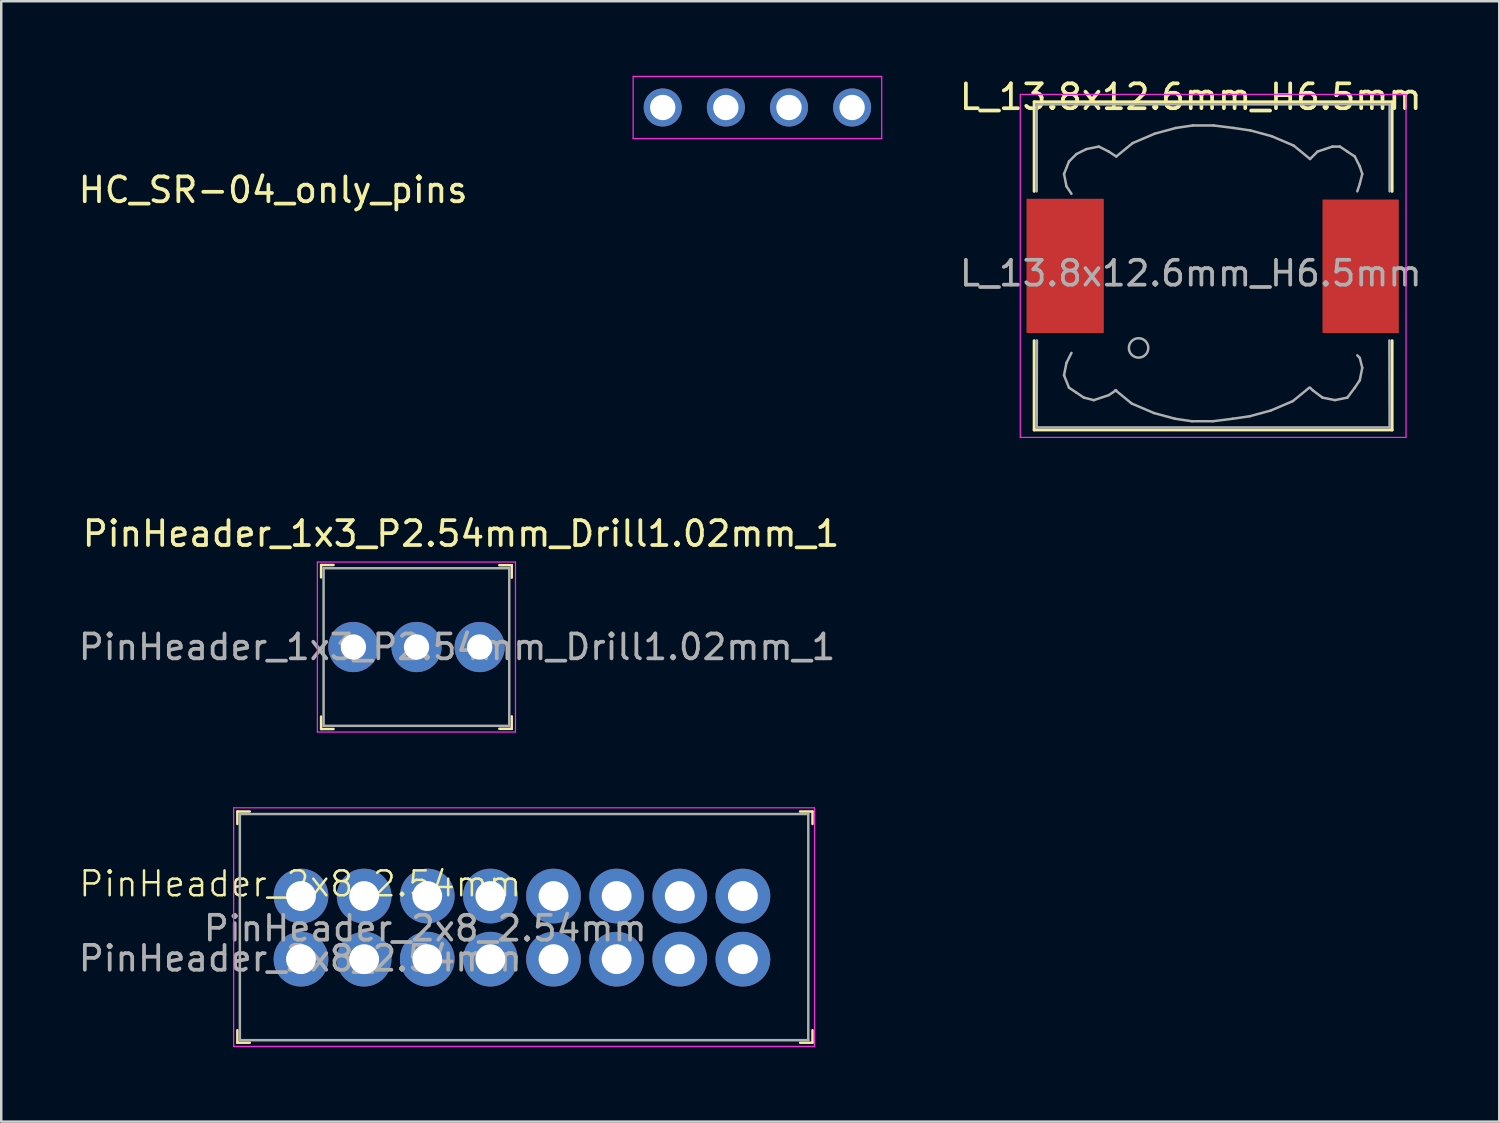
<source format=kicad_pcb>
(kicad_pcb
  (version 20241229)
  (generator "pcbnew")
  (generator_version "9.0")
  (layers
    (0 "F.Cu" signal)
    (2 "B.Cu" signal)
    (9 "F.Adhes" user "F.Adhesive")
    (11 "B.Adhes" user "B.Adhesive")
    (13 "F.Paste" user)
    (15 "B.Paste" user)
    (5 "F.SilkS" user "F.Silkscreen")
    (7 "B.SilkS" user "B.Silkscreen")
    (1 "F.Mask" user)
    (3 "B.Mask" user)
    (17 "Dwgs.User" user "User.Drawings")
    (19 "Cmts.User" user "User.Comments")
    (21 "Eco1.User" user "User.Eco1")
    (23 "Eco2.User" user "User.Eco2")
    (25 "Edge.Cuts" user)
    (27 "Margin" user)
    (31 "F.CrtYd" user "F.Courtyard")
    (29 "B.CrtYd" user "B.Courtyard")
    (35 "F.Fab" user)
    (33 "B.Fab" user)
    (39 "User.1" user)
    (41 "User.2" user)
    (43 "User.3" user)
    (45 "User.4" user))
  (footprint "HC_SR-04_only_pins"
    (layer "F.Cu")
    (at 27.424 1.275)
    (property "Reference" "HC_SR-04_only_pins" (at -19.485 3.317 0) (layer "F.SilkS") (effects (font (size 1.001 1.001) (thickness 0.15))))
    (attr through_hole)
    (fp_line (start -5 -1.25) (end -5 1.25) (stroke (width 0.05) (type solid)) (layer "F.CrtYd"))
    (fp_line (start 5 -1.25) (end -5 -1.25) (stroke (width 0.05) (type solid)) (layer "F.CrtYd"))
    (fp_line (start 5 1.25) (end -5 1.25) (stroke (width 0.05) (type solid)) (layer "F.CrtYd"))
    (fp_line (start 5 1.25) (end 5 -1.25) (stroke (width 0.05) (type solid)) (layer "F.CrtYd"))
    (pad "1" thru_hole circle (at -3.81 0) (size 1.53 1.53) (drill 1.02) (layers "*.Cu" "*.Mask"))
    (pad "2" thru_hole circle (at -1.27 0) (size 1.53 1.53) (drill 1.02) (layers "*.Cu" "*.Mask"))
    (pad "3" thru_hole circle (at 1.27 0) (size 1.53 1.53) (drill 1.02) (layers "*.Cu" "*.Mask"))
    (pad "4" thru_hole circle (at 3.81 0) (size 1.53 1.53) (drill 1.02) (layers "*.Cu" "*.Mask")))
  (footprint "PinHeader_1x3_P2.54mm_Drill1.02mm_1"
    (layer "F.Cu")
    (at 11.169 22.982)
    (property "Reference" "PinHeader_1x3_P2.54mm_Drill1.02mm_1" (at 4.33 -4.56 0) (layer "F.SilkS") (effects (font (size 1 1) (thickness 0.15))))
    (attr through_hole)
    (fp_line (start -1.3 -3.3) (end -1.3 -2.8) (stroke (width 0.1) (type solid)) (layer "F.SilkS"))
    (fp_line (start -1.3 -3.3) (end -0.8 -3.3) (stroke (width 0.1) (type solid)) (layer "F.SilkS"))
    (fp_line (start -1.3 3.3) (end -1.3 2.8) (stroke (width 0.1) (type solid)) (layer "F.SilkS"))
    (fp_line (start -1.3 3.3) (end -0.8 3.3) (stroke (width 0.1) (type solid)) (layer "F.SilkS"))
    (fp_line (start 6.37 -3.29) (end 5.87 -3.29) (stroke (width 0.1) (type solid)) (layer "F.SilkS"))
    (fp_line (start 6.37 -3.29) (end 6.37 -2.79) (stroke (width 0.1) (type solid)) (layer "F.SilkS"))
    (fp_line (start 6.37 3.29) (end 5.87 3.29) (stroke (width 0.1) (type solid)) (layer "F.SilkS"))
    (fp_line (start 6.37 3.29) (end 6.37 2.79) (stroke (width 0.1) (type solid)) (layer "F.SilkS"))
    (fp_line (start -1.45 -3.42) (end -1.45 3.42) (stroke (width 0.05) (type solid)) (layer "F.CrtYd"))
    (fp_line (start 6.52 -3.42) (end -1.45 -3.42) (stroke (width 0.05) (type solid)) (layer "F.CrtYd"))
    (fp_line (start 6.52 -3.42) (end 6.52 3.42) (stroke (width 0.05) (type solid)) (layer "F.CrtYd"))
    (fp_line (start 6.52 3.42) (end -1.45 3.42) (stroke (width 0.05) (type solid)) (layer "F.CrtYd"))
    (fp_line (start -1.2 -3.17) (end -1.2 3.17) (stroke (width 0.1) (type solid)) (layer "F.Fab"))
    (fp_line (start -1.2 -3.17) (end 6.27 -3.17) (stroke (width 0.1) (type solid)) (layer "F.Fab"))
    (fp_line (start -1.2 3.17) (end 6.27 3.17) (stroke (width 0.1) (type solid)) (layer "F.Fab"))
    (fp_line (start 6.27 -3.17) (end 6.27 3.17) (stroke (width 0.1) (type solid)) (layer "F.Fab"))
    (fp_text user "${REFERENCE}" (at 4.17 0 0) (layer "F.Fab") (effects (font (size 1 1) (thickness 0.15))))
    (pad "1" thru_hole circle (at 0 0) (size 2.02 2.02) (drill 1.02) (layers "*.Cu" "*.Mask"))
    (pad "2" thru_hole circle (at 2.54 0) (size 2.02 2.02) (drill 1.02) (layers "*.Cu" "*.Mask"))
    (pad "3" thru_hole circle (at 5.08 0) (size 2.02 2.02) (drill 1.02) (layers "*.Cu" "*.Mask")))
  (footprint "L_13.8x12.6mm_H6.5mm"
    (layer "F.Cu")
    (at 45.759 7.648)
    (property "Reference" "L_13.8x12.6mm_H6.5mm" (at -0.9 -6.8 0) (layer "F.SilkS") (effects (font (size 1 1) (thickness 0.15))))
    (attr smd)
    (fp_line (start -7.2 -6.6) (end 7.2 -6.6) (stroke (width 0.12) (type solid)) (layer "F.SilkS"))
    (fp_line (start -7.2 -3) (end -7.2 -6.6) (stroke (width 0.12) (type solid)) (layer "F.SilkS"))
    (fp_line (start -7.2 6.6) (end -7.2 3.01) (stroke (width 0.12) (type solid)) (layer "F.SilkS"))
    (fp_line (start 7.2 -6.6) (end 7.2 -3) (stroke (width 0.12) (type solid)) (layer "F.SilkS"))
    (fp_line (start 7.2 6.6) (end -7.2 6.6) (stroke (width 0.12) (type solid)) (layer "F.SilkS"))
    (fp_line (start 7.2 6.6) (end 7.2 3.01) (stroke (width 0.12) (type solid)) (layer "F.SilkS"))
    (fp_line (start -7.76 -6.9) (end 7.75 -6.9) (stroke (width 0.05) (type solid)) (layer "F.CrtYd"))
    (fp_line (start -7.76 6.9) (end -7.76 -6.9) (stroke (width 0.05) (type solid)) (layer "F.CrtYd"))
    (fp_line (start 7.76 -6.9) (end 7.76 6.9) (stroke (width 0.05) (type solid)) (layer "F.CrtYd"))
    (fp_line (start 7.76 6.9) (end -7.76 6.9) (stroke (width 0.05) (type solid)) (layer "F.CrtYd"))
    (fp_line (start -7.1 -6.5) (end -7.1 -3) (stroke (width 0.1) (type solid)) (layer "F.Fab"))
    (fp_line (start -7.1 6.5) (end 7.1 6.5) (stroke (width 0.1) (type solid)) (layer "F.Fab"))
    (fp_line (start -7.09 3) (end -7.1 6.5) (stroke (width 0.1) (type solid)) (layer "F.Fab"))
    (fp_line (start -6 -3.7) (end -5.9 -3.2) (stroke (width 0.1) (type solid)) (layer "F.Fab"))
    (fp_line (start -6 4.4) (end -5.9 3.9) (stroke (width 0.1) (type solid)) (layer "F.Fab"))
    (fp_line (start -5.9 -3.2) (end -5.7 -2.9) (stroke (width 0.1) (type solid)) (layer "F.Fab"))
    (fp_line (start -5.9 3.9) (end -5.7 3.5) (stroke (width 0.1) (type solid)) (layer "F.Fab"))
    (fp_line (start -5.8 -4.2) (end -6 -3.7) (stroke (width 0.1) (type solid)) (layer "F.Fab"))
    (fp_line (start -5.8 4.9) (end -6 4.4) (stroke (width 0.1) (type solid)) (layer "F.Fab"))
    (fp_line (start -5.5 -4.5) (end -5.8 -4.2) (stroke (width 0.1) (type solid)) (layer "F.Fab"))
    (fp_line (start -5.5 5.1) (end -5.8 4.9) (stroke (width 0.1) (type solid)) (layer "F.Fab"))
    (fp_line (start -5.2 5.3) (end -5.5 5.1) (stroke (width 0.1) (type solid)) (layer "F.Fab"))
    (fp_line (start -5.1 -4.7) (end -5.5 -4.5) (stroke (width 0.1) (type solid)) (layer "F.Fab"))
    (fp_line (start -4.8 5.4) (end -5.2 5.3) (stroke (width 0.1) (type solid)) (layer "F.Fab"))
    (fp_line (start -4.6 -4.8) (end -5.1 -4.7) (stroke (width 0.1) (type solid)) (layer "F.Fab"))
    (fp_line (start -4.2 -4.6) (end -4.6 -4.8) (stroke (width 0.1) (type solid)) (layer "F.Fab"))
    (fp_line (start -4.2 5.2) (end -4.8 5.4) (stroke (width 0.1) (type solid)) (layer "F.Fab"))
    (fp_line (start -3.933 5) (end -3.273 5.54) (stroke (width 0.1) (type default)) (layer "F.Fab"))
    (fp_line (start -3.9 -4.4) (end -4.2 -4.6) (stroke (width 0.1) (type solid)) (layer "F.Fab"))
    (fp_line (start -3.9 -4.4) (end -3.24 -4.94) (stroke (width 0.1) (type default)) (layer "F.Fab"))
    (fp_line (start -3.9 5) (end -4.2 5.2) (stroke (width 0.1) (type solid)) (layer "F.Fab"))
    (fp_line (start -3.273 5.54) (end -2.383 5.92) (stroke (width 0.1) (type default)) (layer "F.Fab"))
    (fp_line (start -3.24 -4.94) (end -2.35 -5.32) (stroke (width 0.1) (type default)) (layer "F.Fab"))
    (fp_line (start -2.383 5.92) (end -1.533 6.15) (stroke (width 0.1) (type default)) (layer "F.Fab"))
    (fp_line (start -2.35 -5.32) (end -1.5 -5.55) (stroke (width 0.1) (type default)) (layer "F.Fab"))
    (fp_line (start -1.533 6.15) (end -0.853 6.25) (stroke (width 0.1) (type default)) (layer "F.Fab"))
    (fp_line (start -1.5 -5.55) (end -0.82 -5.65) (stroke (width 0.1) (type default)) (layer "F.Fab"))
    (fp_line (start -0.853 6.25) (end -0.013 6.25) (stroke (width 0.1) (type default)) (layer "F.Fab"))
    (fp_line (start -0.82 -5.65) (end 0.02 -5.65) (stroke (width 0.1) (type default)) (layer "F.Fab"))
    (fp_line (start 0.787 6.15) (end -0.013 6.25) (stroke (width 0.1) (type default)) (layer "F.Fab"))
    (fp_line (start 0.82 -5.55) (end 0.02 -5.65) (stroke (width 0.1) (type default)) (layer "F.Fab"))
    (fp_line (start 1.467 6.05) (end 0.787 6.15) (stroke (width 0.1) (type default)) (layer "F.Fab"))
    (fp_line (start 1.5 -5.45) (end 0.82 -5.55) (stroke (width 0.1) (type default)) (layer "F.Fab"))
    (fp_line (start 2.317 5.82) (end 1.467 6.05) (stroke (width 0.1) (type default)) (layer "F.Fab"))
    (fp_line (start 2.35 -5.22) (end 1.5 -5.45) (stroke (width 0.1) (type default)) (layer "F.Fab"))
    (fp_line (start 3.207 5.44) (end 2.317 5.82) (stroke (width 0.1) (type default)) (layer "F.Fab"))
    (fp_line (start 3.24 -4.84) (end 2.35 -5.22) (stroke (width 0.1) (type default)) (layer "F.Fab"))
    (fp_line (start 3.867 4.9) (end 3.207 5.44) (stroke (width 0.1) (type default)) (layer "F.Fab"))
    (fp_line (start 3.9 -4.3) (end 3.24 -4.84) (stroke (width 0.1) (type default)) (layer "F.Fab"))
    (fp_line (start 4 5) (end 3.9 4.9) (stroke (width 0.1) (type solid)) (layer "F.Fab"))
    (fp_line (start 4.2 -4.6) (end 3.9 -4.3) (stroke (width 0.1) (type solid)) (layer "F.Fab"))
    (fp_line (start 4.4 5.3) (end 4 5) (stroke (width 0.1) (type solid)) (layer "F.Fab"))
    (fp_line (start 4.5 -4.7) (end 4.2 -4.6) (stroke (width 0.1) (type solid)) (layer "F.Fab"))
    (fp_line (start 4.8 -4.8) (end 4.5 -4.7) (stroke (width 0.1) (type solid)) (layer "F.Fab"))
    (fp_line (start 4.9 5.4) (end 4.4 5.3) (stroke (width 0.1) (type solid)) (layer "F.Fab"))
    (fp_line (start 5.1 -4.8) (end 4.8 -4.8) (stroke (width 0.1) (type solid)) (layer "F.Fab"))
    (fp_line (start 5.4 -4.6) (end 5.1 -4.8) (stroke (width 0.1) (type solid)) (layer "F.Fab"))
    (fp_line (start 5.4 5.3) (end 4.9 5.4) (stroke (width 0.1) (type solid)) (layer "F.Fab"))
    (fp_line (start 5.7 -4.4) (end 5.4 -4.6) (stroke (width 0.1) (type solid)) (layer "F.Fab"))
    (fp_line (start 5.7 4.9) (end 5.4 5.3) (stroke (width 0.1) (type solid)) (layer "F.Fab"))
    (fp_line (start 5.8 -3) (end 5.9 -3.3) (stroke (width 0.1) (type solid)) (layer "F.Fab"))
    (fp_line (start 5.8 3.6) (end 5.9 3.7) (stroke (width 0.1) (type solid)) (layer "F.Fab"))
    (fp_line (start 5.9 -4) (end 5.7 -4.4) (stroke (width 0.1) (type solid)) (layer "F.Fab"))
    (fp_line (start 5.9 -3.3) (end 6 -3.7) (stroke (width 0.1) (type solid)) (layer "F.Fab"))
    (fp_line (start 5.9 3.7) (end 6 4.1) (stroke (width 0.1) (type solid)) (layer "F.Fab"))
    (fp_line (start 5.9 4.6) (end 5.7 4.9) (stroke (width 0.1) (type solid)) (layer "F.Fab"))
    (fp_line (start 6 -3.7) (end 5.9 -4) (stroke (width 0.1) (type solid)) (layer "F.Fab"))
    (fp_line (start 6 4.1) (end 5.9 4.6) (stroke (width 0.1) (type solid)) (layer "F.Fab"))
    (fp_line (start 7.09 3) (end 7.1 6.5) (stroke (width 0.1) (type solid)) (layer "F.Fab"))
    (fp_line (start 7.1 -6.5) (end -7.1 -6.5) (stroke (width 0.1) (type solid)) (layer "F.Fab"))
    (fp_line (start 7.1 -6.5) (end 7.1 -3) (stroke (width 0.1) (type solid)) (layer "F.Fab"))
    (fp_circle (center -3 3.3) (end -2.7 3.55) (stroke (width 0.1) (type solid)) (fill no) (layer "F.Fab"))
    (fp_text user "${REFERENCE}" (at -0.9 0.3 0) (layer "F.Fab") (effects (font (size 1 1) (thickness 0.15))))
    (pad "1" smd rect (at -5.955 0) (size 3.11 5.4) (layers "F.Cu" "F.Mask" "F.Paste"))
    (pad "2" smd rect (at 5.935 0.015) (size 3.07 5.37) (layers "F.Cu" "F.Mask" "F.Paste")))
  (footprint "PinHeader_2x8_2.54mm"
    (layer "F.Cu")
    (at 9.03 33.011)
    (property "Reference" "PinHeader_2x8_2.54mm" (at 0 -0.5 0) (unlocked yes) (layer "F.SilkS") (effects (font (size 1 1) (thickness 0.1))))
    (attr board_only exclude_from_pos_files exclude_from_bom)
    (fp_line (start -2.53 -3.41) (end -2.53 -2.91) (stroke (width 0.1) (type solid)) (layer "F.SilkS"))
    (fp_line (start -2.53 -3.41) (end -2.03 -3.41) (stroke (width 0.1) (type solid)) (layer "F.SilkS"))
    (fp_line (start -2.53 5.89) (end -2.53 5.39) (stroke (width 0.1) (type solid)) (layer "F.SilkS"))
    (fp_line (start -2.53 5.89) (end -2.03 5.89) (stroke (width 0.1) (type solid)) (layer "F.SilkS"))
    (fp_line (start 20.61 -3.41) (end 20.11 -3.41) (stroke (width 0.1) (type solid)) (layer "F.SilkS"))
    (fp_line (start 20.61 -3.41) (end 20.61 -2.91) (stroke (width 0.1) (type solid)) (layer "F.SilkS"))
    (fp_line (start 20.61 5.89) (end 20.11 5.89) (stroke (width 0.1) (type solid)) (layer "F.SilkS"))
    (fp_line (start 20.61 5.89) (end 20.61 5.39) (stroke (width 0.1) (type solid)) (layer "F.SilkS"))
    (fp_line (start -2.68 -3.56) (end -2.68 6.04) (stroke (width 0.05) (type solid)) (layer "F.CrtYd"))
    (fp_line (start 20.69 -3.56) (end -2.68 -3.56) (stroke (width 0.05) (type solid)) (layer "F.CrtYd"))
    (fp_line (start 20.69 -3.56) (end 20.69 6.04) (stroke (width 0.05) (type solid)) (layer "F.CrtYd"))
    (fp_line (start 20.69 6.04) (end -2.68 6.04) (stroke (width 0.05) (type solid)) (layer "F.CrtYd"))
    (fp_line (start -2.43 -3.31) (end -2.43 5.79) (stroke (width 0.1) (type solid)) (layer "F.Fab"))
    (fp_line (start -2.43 -3.31) (end 20.44 -3.31) (stroke (width 0.1) (type solid)) (layer "F.Fab"))
    (fp_line (start -2.43 5.79) (end 20.44 5.79) (stroke (width 0.1) (type solid)) (layer "F.Fab"))
    (fp_line (start 20.44 -3.31) (end 20.44 5.79) (stroke (width 0.1) (type solid)) (layer "F.Fab"))
    (fp_text user "${REFERENCE}" (at 5.03 1.29 0) (layer "F.Fab") (effects (font (size 1 1) (thickness 0.15))))
    (fp_text user "${REFERENCE}" (at 0 2.5 0) (unlocked yes) (layer "F.Fab") (effects (font (size 1 1) (thickness 0.15))))
    (pad "1" thru_hole circle (at 0.03 -0.01) (size 2.2 2.2) (drill 1.2) (layers "*.Cu" "*.Mask"))
    (pad "2" thru_hole circle (at 0.03 2.53) (size 2.2 2.2) (drill 1.2) (layers "*.Cu" "*.Mask"))
    (pad "3" thru_hole circle (at 2.57 -0.01) (size 2.2 2.2) (drill 1.2) (layers "*.Cu" "*.Mask"))
    (pad "4" thru_hole circle (at 2.57 2.53) (size 2.2 2.2) (drill 1.2) (layers "*.Cu" "*.Mask"))
    (pad "5" thru_hole circle (at 5.11 -0.01) (size 2.2 2.2) (drill 1.2) (layers "*.Cu" "*.Mask"))
    (pad "6" thru_hole circle (at 5.11 2.53) (size 2.2 2.2) (drill 1.2) (layers "*.Cu" "*.Mask"))
    (pad "7" thru_hole circle (at 7.65 -0.01) (size 2.2 2.2) (drill 1.2) (layers "*.Cu" "*.Mask"))
    (pad "8" thru_hole circle (at 7.65 2.53) (size 2.2 2.2) (drill 1.2) (layers "*.Cu" "*.Mask"))
    (pad "9" thru_hole circle (at 10.19 -0.01) (size 2.2 2.2) (drill 1.2) (layers "*.Cu" "*.Mask"))
    (pad "10" thru_hole circle (at 10.19 2.53) (size 2.2 2.2) (drill 1.2) (layers "*.Cu" "*.Mask"))
    (pad "11" thru_hole circle (at 12.73 -0.01) (size 2.2 2.2) (drill 1.2) (layers "*.Cu" "*.Mask"))
    (pad "12" thru_hole circle (at 12.73 2.53) (size 2.2 2.2) (drill 1.2) (layers "*.Cu" "*.Mask"))
    (pad "13" thru_hole circle (at 15.27 -0.01) (size 2.2 2.2) (drill 1.2) (layers "*.Cu" "*.Mask"))
    (pad "14" thru_hole circle (at 15.27 2.53) (size 2.2 2.2) (drill 1.2) (layers "*.Cu" "*.Mask"))
    (pad "15" thru_hole circle (at 17.81 -0.01) (size 2.2 2.2) (drill 1.2) (layers "*.Cu" "*.Mask"))
    (pad "16" thru_hole circle (at 17.81 2.53) (size 2.2 2.2) (drill 1.2) (layers "*.Cu" "*.Mask")))
  (gr_rect
    (start -3 -3)
    (end 57.27 42.077)
    (stroke (width 0.1) (type default))
    (fill no)
    (layer "Edge.Cuts")))
</source>
